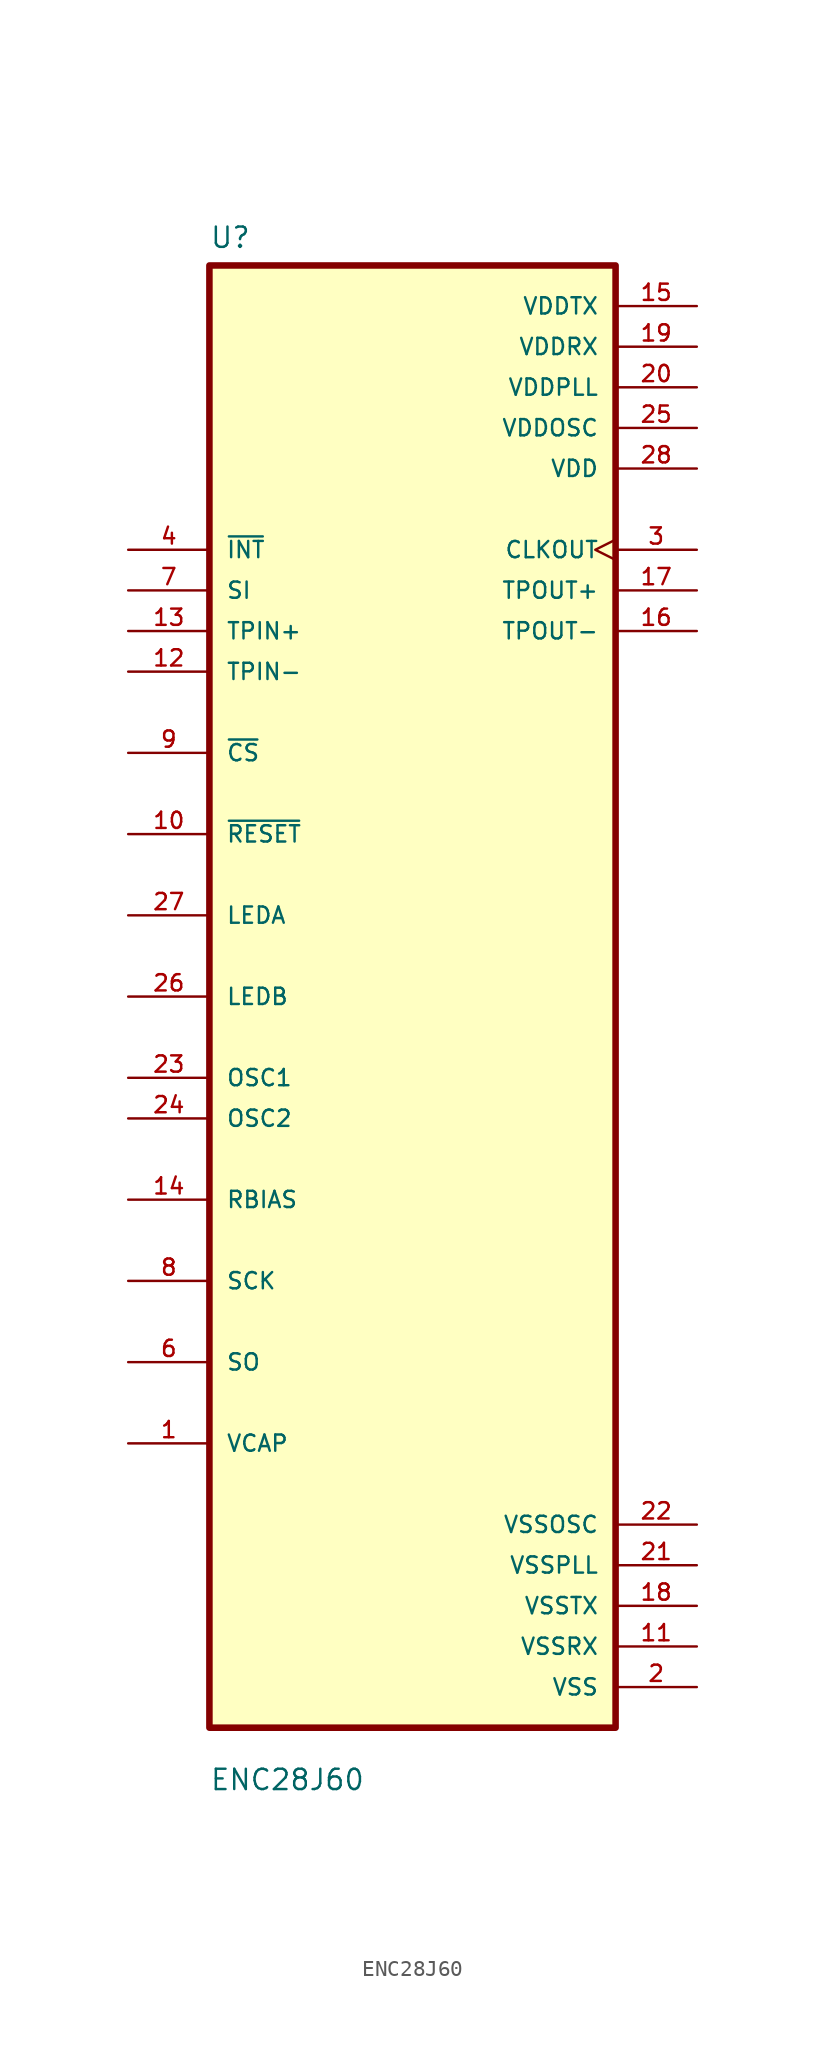
<source format=kicad_sym>
(kicad_symbol_lib
  (version 20211014)
  (generator kicad_symbol_editor)
  (symbol "ENC28J60"
    (pin_names
      (offset 1.016))
    (property "Reference" "U"
      (at -12.7 46.72 0.0)
      (effects (font (size 1.27 1.27)) (justify bottom left)))
    (property "Value" "ENC28J60"
      (at -12.7 -49.72 0.0)
      (effects (font (size 1.27 1.27)) (justify bottom left)))
    (symbol "ENC28J60_0_0"
      (rectangle (start -12.7 -45.72) (end 12.7 45.72) (stroke (width 0.41)) (fill (type background)))
      (pin input line (at -17.78 27.94 0) (length 5.08) (name "~{INT}" (effects (font (size 1.016 1.016)))) (number "4" (effects (font (size 1.016 1.016)))))
      (pin input line (at -17.78 25.4 0) (length 5.08) (name "SI" (effects (font (size 1.016 1.016)))) (number "7" (effects (font (size 1.016 1.016)))))
      (pin input line (at -17.78 22.86 0) (length 5.08) (name "TPIN+" (effects (font (size 1.016 1.016)))) (number "13" (effects (font (size 1.016 1.016)))))
      (pin input line (at -17.78 20.32 0) (length 5.08) (name "TPIN-" (effects (font (size 1.016 1.016)))) (number "12" (effects (font (size 1.016 1.016)))))
      (pin bidirectional line (at -17.78 15.24 0) (length 5.08) (name "~{CS}" (effects (font (size 1.016 1.016)))) (number "9" (effects (font (size 1.016 1.016)))))
      (pin bidirectional line (at -17.78 10.16 0) (length 5.08) (name "~{RESET}" (effects (font (size 1.016 1.016)))) (number "10" (effects (font (size 1.016 1.016)))))
      (pin bidirectional line (at -17.78 5.08 0) (length 5.08) (name "LEDA" (effects (font (size 1.016 1.016)))) (number "27" (effects (font (size 1.016 1.016)))))
      (pin bidirectional line (at -17.78 7.10543e-15 0) (length 5.08) (name "LEDB" (effects (font (size 1.016 1.016)))) (number "26" (effects (font (size 1.016 1.016)))))
      (pin bidirectional line (at -17.78 -5.08 0) (length 5.08) (name "OSC1" (effects (font (size 1.016 1.016)))) (number "23" (effects (font (size 1.016 1.016)))))
      (pin bidirectional line (at -17.78 -7.62 0) (length 5.08) (name "OSC2" (effects (font (size 1.016 1.016)))) (number "24" (effects (font (size 1.016 1.016)))))
      (pin bidirectional line (at -17.78 -12.7 0) (length 5.08) (name "RBIAS" (effects (font (size 1.016 1.016)))) (number "14" (effects (font (size 1.016 1.016)))))
      (pin bidirectional line (at -17.78 -17.78 0) (length 5.08) (name "SCK" (effects (font (size 1.016 1.016)))) (number "8" (effects (font (size 1.016 1.016)))))
      (pin bidirectional line (at -17.78 -22.86 0) (length 5.08) (name "SO" (effects (font (size 1.016 1.016)))) (number "6" (effects (font (size 1.016 1.016)))))
      (pin bidirectional line (at -17.78 -27.94 0) (length 5.08) (name "VCAP" (effects (font (size 1.016 1.016)))) (number "1" (effects (font (size 1.016 1.016)))))
      (pin power_in line (at 17.78 43.18 180.0) (length 5.08) (name "VDDTX" (effects (font (size 1.016 1.016)))) (number "15" (effects (font (size 1.016 1.016)))))
      (pin power_in line (at 17.78 40.64 180.0) (length 5.08) (name "VDDRX" (effects (font (size 1.016 1.016)))) (number "19" (effects (font (size 1.016 1.016)))))
      (pin power_in line (at 17.78 38.1 180.0) (length 5.08) (name "VDDPLL" (effects (font (size 1.016 1.016)))) (number "20" (effects (font (size 1.016 1.016)))))
      (pin power_in line (at 17.78 35.56 180.0) (length 5.08) (name "VDDOSC" (effects (font (size 1.016 1.016)))) (number "25" (effects (font (size 1.016 1.016)))))
      (pin power_in line (at 17.78 33.02 180.0) (length 5.08) (name "VDD" (effects (font (size 1.016 1.016)))) (number "28" (effects (font (size 1.016 1.016)))))
      (pin output clock (at 17.78 27.94 180.0) (length 5.08) (name "CLKOUT" (effects (font (size 1.016 1.016)))) (number "3" (effects (font (size 1.016 1.016)))))
      (pin output line (at 17.78 25.4 180.0) (length 5.08) (name "TPOUT+" (effects (font (size 1.016 1.016)))) (number "17" (effects (font (size 1.016 1.016)))))
      (pin output line (at 17.78 22.86 180.0) (length 5.08) (name "TPOUT-" (effects (font (size 1.016 1.016)))) (number "16" (effects (font (size 1.016 1.016)))))
      (pin power_in line (at 17.78 -33.02 180.0) (length 5.08) (name "VSSOSC" (effects (font (size 1.016 1.016)))) (number "22" (effects (font (size 1.016 1.016)))))
      (pin power_in line (at 17.78 -35.56 180.0) (length 5.08) (name "VSSPLL" (effects (font (size 1.016 1.016)))) (number "21" (effects (font (size 1.016 1.016)))))
      (pin power_in line (at 17.78 -38.1 180.0) (length 5.08) (name "VSSTX" (effects (font (size 1.016 1.016)))) (number "18" (effects (font (size 1.016 1.016)))))
      (pin power_in line (at 17.78 -40.64 180.0) (length 5.08) (name "VSSRX" (effects (font (size 1.016 1.016)))) (number "11" (effects (font (size 1.016 1.016)))))
      (pin power_in line (at 17.78 -43.18 180.0) (length 5.08) (name "VSS" (effects (font (size 1.016 1.016)))) (number "2" (effects (font (size 1.016 1.016))))))))
</source>
